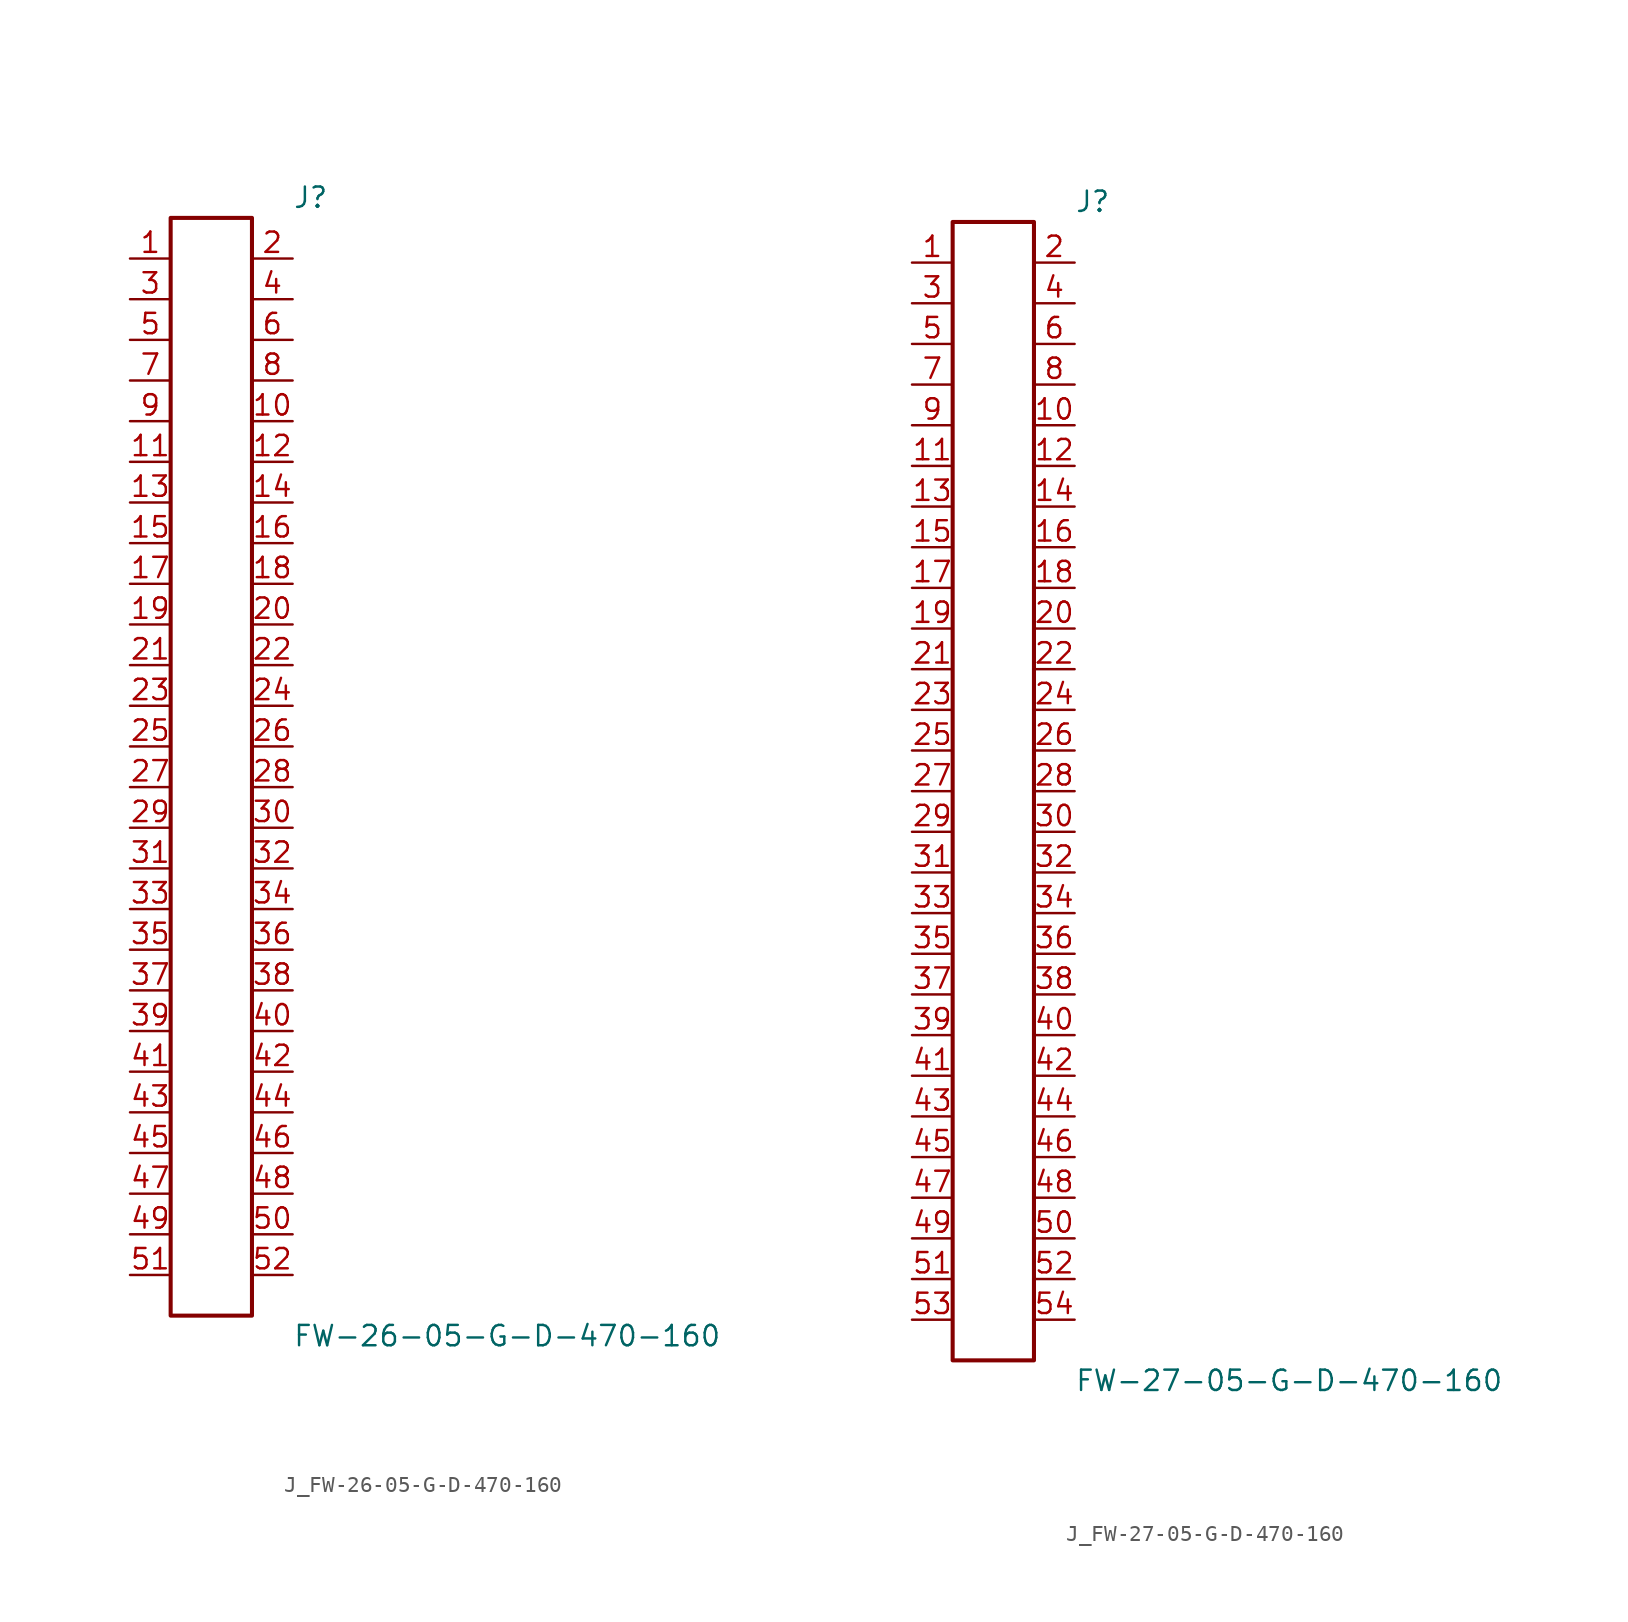
<source format=kicad_sym>
(kicad_symbol_lib
  (version 20231120)
  (generator kicad_symbol_editor)
  (generator_version 8.0)
  (symbol "J_FW-26-05-G-D-470-160"
    (pin_names
      (offset 0.254))
    (property "Reference" "J"
      (at 5.08 35.56 0)
      (effects (font (size 1.27 1.27)) (justify left)))
    (property "Value" "FW-26-05-G-D-470-160"
      (at 5.08 -35.56 0)
      (effects (font (size 1.27 1.27)) (justify left)))
    (symbol "J_FW-26-05-G-D-470-160_0_0"
      (pin unspecified line (at -5.08 31.75 0) (length 2.54) (name "" (effects (font (size 1.27 1.27)))) (number "1" (effects (font (size 1.27 1.27)))))
      (pin unspecified line (at 5.08 31.75 180) (length 2.54) (name "" (effects (font (size 1.27 1.27)))) (number "2" (effects (font (size 1.27 1.27)))))
      (pin unspecified line (at -5.08 29.21 0) (length 2.54) (name "" (effects (font (size 1.27 1.27)))) (number "3" (effects (font (size 1.27 1.27)))))
      (pin unspecified line (at 5.08 29.21 180) (length 2.54) (name "" (effects (font (size 1.27 1.27)))) (number "4" (effects (font (size 1.27 1.27)))))
      (pin unspecified line (at -5.08 26.67 0) (length 2.54) (name "" (effects (font (size 1.27 1.27)))) (number "5" (effects (font (size 1.27 1.27)))))
      (pin unspecified line (at 5.08 26.67 180) (length 2.54) (name "" (effects (font (size 1.27 1.27)))) (number "6" (effects (font (size 1.27 1.27)))))
      (pin unspecified line (at -5.08 24.13 0) (length 2.54) (name "" (effects (font (size 1.27 1.27)))) (number "7" (effects (font (size 1.27 1.27)))))
      (pin unspecified line (at 5.08 24.13 180) (length 2.54) (name "" (effects (font (size 1.27 1.27)))) (number "8" (effects (font (size 1.27 1.27)))))
      (pin unspecified line (at -5.08 21.59 0) (length 2.54) (name "" (effects (font (size 1.27 1.27)))) (number "9" (effects (font (size 1.27 1.27)))))
      (pin unspecified line (at 5.08 21.59 180) (length 2.54) (name "" (effects (font (size 1.27 1.27)))) (number "10" (effects (font (size 1.27 1.27)))))
      (pin unspecified line (at -5.08 19.05 0) (length 2.54) (name "" (effects (font (size 1.27 1.27)))) (number "11" (effects (font (size 1.27 1.27)))))
      (pin unspecified line (at 5.08 19.05 180) (length 2.54) (name "" (effects (font (size 1.27 1.27)))) (number "12" (effects (font (size 1.27 1.27)))))
      (pin unspecified line (at -5.08 16.51 0) (length 2.54) (name "" (effects (font (size 1.27 1.27)))) (number "13" (effects (font (size 1.27 1.27)))))
      (pin unspecified line (at 5.08 16.51 180) (length 2.54) (name "" (effects (font (size 1.27 1.27)))) (number "14" (effects (font (size 1.27 1.27)))))
      (pin unspecified line (at -5.08 13.97 0) (length 2.54) (name "" (effects (font (size 1.27 1.27)))) (number "15" (effects (font (size 1.27 1.27)))))
      (pin unspecified line (at 5.08 13.97 180) (length 2.54) (name "" (effects (font (size 1.27 1.27)))) (number "16" (effects (font (size 1.27 1.27)))))
      (pin unspecified line (at -5.08 11.43 0) (length 2.54) (name "" (effects (font (size 1.27 1.27)))) (number "17" (effects (font (size 1.27 1.27)))))
      (pin unspecified line (at 5.08 11.43 180) (length 2.54) (name "" (effects (font (size 1.27 1.27)))) (number "18" (effects (font (size 1.27 1.27)))))
      (pin unspecified line (at -5.08 8.89 0) (length 2.54) (name "" (effects (font (size 1.27 1.27)))) (number "19" (effects (font (size 1.27 1.27)))))
      (pin unspecified line (at 5.08 8.89 180) (length 2.54) (name "" (effects (font (size 1.27 1.27)))) (number "20" (effects (font (size 1.27 1.27)))))
      (pin unspecified line (at -5.08 6.35 0) (length 2.54) (name "" (effects (font (size 1.27 1.27)))) (number "21" (effects (font (size 1.27 1.27)))))
      (pin unspecified line (at 5.08 6.35 180) (length 2.54) (name "" (effects (font (size 1.27 1.27)))) (number "22" (effects (font (size 1.27 1.27)))))
      (pin unspecified line (at -5.08 3.81 0) (length 2.54) (name "" (effects (font (size 1.27 1.27)))) (number "23" (effects (font (size 1.27 1.27)))))
      (pin unspecified line (at 5.08 3.81 180) (length 2.54) (name "" (effects (font (size 1.27 1.27)))) (number "24" (effects (font (size 1.27 1.27)))))
      (pin unspecified line (at -5.08 1.27 0) (length 2.54) (name "" (effects (font (size 1.27 1.27)))) (number "25" (effects (font (size 1.27 1.27)))))
      (pin unspecified line (at 5.08 1.27 180) (length 2.54) (name "" (effects (font (size 1.27 1.27)))) (number "26" (effects (font (size 1.27 1.27)))))
      (pin unspecified line (at -5.08 -1.27 0) (length 2.54) (name "" (effects (font (size 1.27 1.27)))) (number "27" (effects (font (size 1.27 1.27)))))
      (pin unspecified line (at 5.08 -1.27 180) (length 2.54) (name "" (effects (font (size 1.27 1.27)))) (number "28" (effects (font (size 1.27 1.27)))))
      (pin unspecified line (at -5.08 -3.81 0) (length 2.54) (name "" (effects (font (size 1.27 1.27)))) (number "29" (effects (font (size 1.27 1.27)))))
      (pin unspecified line (at 5.08 -3.81 180) (length 2.54) (name "" (effects (font (size 1.27 1.27)))) (number "30" (effects (font (size 1.27 1.27)))))
      (pin unspecified line (at -5.08 -6.35 0) (length 2.54) (name "" (effects (font (size 1.27 1.27)))) (number "31" (effects (font (size 1.27 1.27)))))
      (pin unspecified line (at 5.08 -6.35 180) (length 2.54) (name "" (effects (font (size 1.27 1.27)))) (number "32" (effects (font (size 1.27 1.27)))))
      (pin unspecified line (at -5.08 -8.89 0) (length 2.54) (name "" (effects (font (size 1.27 1.27)))) (number "33" (effects (font (size 1.27 1.27)))))
      (pin unspecified line (at 5.08 -8.89 180) (length 2.54) (name "" (effects (font (size 1.27 1.27)))) (number "34" (effects (font (size 1.27 1.27)))))
      (pin unspecified line (at -5.08 -11.43 0) (length 2.54) (name "" (effects (font (size 1.27 1.27)))) (number "35" (effects (font (size 1.27 1.27)))))
      (pin unspecified line (at 5.08 -11.43 180) (length 2.54) (name "" (effects (font (size 1.27 1.27)))) (number "36" (effects (font (size 1.27 1.27)))))
      (pin unspecified line (at -5.08 -13.97 0) (length 2.54) (name "" (effects (font (size 1.27 1.27)))) (number "37" (effects (font (size 1.27 1.27)))))
      (pin unspecified line (at 5.08 -13.97 180) (length 2.54) (name "" (effects (font (size 1.27 1.27)))) (number "38" (effects (font (size 1.27 1.27)))))
      (pin unspecified line (at -5.08 -16.51 0) (length 2.54) (name "" (effects (font (size 1.27 1.27)))) (number "39" (effects (font (size 1.27 1.27)))))
      (pin unspecified line (at 5.08 -16.51 180) (length 2.54) (name "" (effects (font (size 1.27 1.27)))) (number "40" (effects (font (size 1.27 1.27)))))
      (pin unspecified line (at -5.08 -19.05 0) (length 2.54) (name "" (effects (font (size 1.27 1.27)))) (number "41" (effects (font (size 1.27 1.27)))))
      (pin unspecified line (at 5.08 -19.05 180) (length 2.54) (name "" (effects (font (size 1.27 1.27)))) (number "42" (effects (font (size 1.27 1.27)))))
      (pin unspecified line (at -5.08 -21.59 0) (length 2.54) (name "" (effects (font (size 1.27 1.27)))) (number "43" (effects (font (size 1.27 1.27)))))
      (pin unspecified line (at 5.08 -21.59 180) (length 2.54) (name "" (effects (font (size 1.27 1.27)))) (number "44" (effects (font (size 1.27 1.27)))))
      (pin unspecified line (at -5.08 -24.13 0) (length 2.54) (name "" (effects (font (size 1.27 1.27)))) (number "45" (effects (font (size 1.27 1.27)))))
      (pin unspecified line (at 5.08 -24.13 180) (length 2.54) (name "" (effects (font (size 1.27 1.27)))) (number "46" (effects (font (size 1.27 1.27)))))
      (pin unspecified line (at -5.08 -26.67 0) (length 2.54) (name "" (effects (font (size 1.27 1.27)))) (number "47" (effects (font (size 1.27 1.27)))))
      (pin unspecified line (at 5.08 -26.67 180) (length 2.54) (name "" (effects (font (size 1.27 1.27)))) (number "48" (effects (font (size 1.27 1.27)))))
      (pin unspecified line (at -5.08 -29.21 0) (length 2.54) (name "" (effects (font (size 1.27 1.27)))) (number "49" (effects (font (size 1.27 1.27)))))
      (pin unspecified line (at 5.08 -29.21 180) (length 2.54) (name "" (effects (font (size 1.27 1.27)))) (number "50" (effects (font (size 1.27 1.27)))))
      (pin unspecified line (at -5.08 -31.75 0) (length 2.54) (name "" (effects (font (size 1.27 1.27)))) (number "51" (effects (font (size 1.27 1.27)))))
      (pin unspecified line (at 5.08 -31.75 180) (length 2.54) (name "" (effects (font (size 1.27 1.27)))) (number "52" (effects (font (size 1.27 1.27))))))
    (symbol "J_FW-26-05-G-D-470-160_1_0"
      (rectangle (start -2.54 34.29) (end 2.54 -34.29) (stroke (width 0.254) (type solid)) (fill (type none)))))
  (symbol "J_FW-27-05-G-D-470-160"
    (pin_names
      (offset 0.254))
    (property "Reference" "J"
      (at 5.08 36.83 0)
      (effects (font (size 1.27 1.27)) (justify left)))
    (property "Value" "FW-27-05-G-D-470-160"
      (at 5.08 -36.83 0)
      (effects (font (size 1.27 1.27)) (justify left)))
    (symbol "J_FW-27-05-G-D-470-160_0_0"
      (pin unspecified line (at -5.08 33.02 0) (length 2.54) (name "" (effects (font (size 1.27 1.27)))) (number "1" (effects (font (size 1.27 1.27)))))
      (pin unspecified line (at 5.08 33.02 180) (length 2.54) (name "" (effects (font (size 1.27 1.27)))) (number "2" (effects (font (size 1.27 1.27)))))
      (pin unspecified line (at -5.08 30.48 0) (length 2.54) (name "" (effects (font (size 1.27 1.27)))) (number "3" (effects (font (size 1.27 1.27)))))
      (pin unspecified line (at 5.08 30.48 180) (length 2.54) (name "" (effects (font (size 1.27 1.27)))) (number "4" (effects (font (size 1.27 1.27)))))
      (pin unspecified line (at -5.08 27.94 0) (length 2.54) (name "" (effects (font (size 1.27 1.27)))) (number "5" (effects (font (size 1.27 1.27)))))
      (pin unspecified line (at 5.08 27.94 180) (length 2.54) (name "" (effects (font (size 1.27 1.27)))) (number "6" (effects (font (size 1.27 1.27)))))
      (pin unspecified line (at -5.08 25.4 0) (length 2.54) (name "" (effects (font (size 1.27 1.27)))) (number "7" (effects (font (size 1.27 1.27)))))
      (pin unspecified line (at 5.08 25.4 180) (length 2.54) (name "" (effects (font (size 1.27 1.27)))) (number "8" (effects (font (size 1.27 1.27)))))
      (pin unspecified line (at -5.08 22.86 0) (length 2.54) (name "" (effects (font (size 1.27 1.27)))) (number "9" (effects (font (size 1.27 1.27)))))
      (pin unspecified line (at 5.08 22.86 180) (length 2.54) (name "" (effects (font (size 1.27 1.27)))) (number "10" (effects (font (size 1.27 1.27)))))
      (pin unspecified line (at -5.08 20.32 0) (length 2.54) (name "" (effects (font (size 1.27 1.27)))) (number "11" (effects (font (size 1.27 1.27)))))
      (pin unspecified line (at 5.08 20.32 180) (length 2.54) (name "" (effects (font (size 1.27 1.27)))) (number "12" (effects (font (size 1.27 1.27)))))
      (pin unspecified line (at -5.08 17.78 0) (length 2.54) (name "" (effects (font (size 1.27 1.27)))) (number "13" (effects (font (size 1.27 1.27)))))
      (pin unspecified line (at 5.08 17.78 180) (length 2.54) (name "" (effects (font (size 1.27 1.27)))) (number "14" (effects (font (size 1.27 1.27)))))
      (pin unspecified line (at -5.08 15.24 0) (length 2.54) (name "" (effects (font (size 1.27 1.27)))) (number "15" (effects (font (size 1.27 1.27)))))
      (pin unspecified line (at 5.08 15.24 180) (length 2.54) (name "" (effects (font (size 1.27 1.27)))) (number "16" (effects (font (size 1.27 1.27)))))
      (pin unspecified line (at -5.08 12.7 0) (length 2.54) (name "" (effects (font (size 1.27 1.27)))) (number "17" (effects (font (size 1.27 1.27)))))
      (pin unspecified line (at 5.08 12.7 180) (length 2.54) (name "" (effects (font (size 1.27 1.27)))) (number "18" (effects (font (size 1.27 1.27)))))
      (pin unspecified line (at -5.08 10.16 0) (length 2.54) (name "" (effects (font (size 1.27 1.27)))) (number "19" (effects (font (size 1.27 1.27)))))
      (pin unspecified line (at 5.08 10.16 180) (length 2.54) (name "" (effects (font (size 1.27 1.27)))) (number "20" (effects (font (size 1.27 1.27)))))
      (pin unspecified line (at -5.08 7.62 0) (length 2.54) (name "" (effects (font (size 1.27 1.27)))) (number "21" (effects (font (size 1.27 1.27)))))
      (pin unspecified line (at 5.08 7.62 180) (length 2.54) (name "" (effects (font (size 1.27 1.27)))) (number "22" (effects (font (size 1.27 1.27)))))
      (pin unspecified line (at -5.08 5.08 0) (length 2.54) (name "" (effects (font (size 1.27 1.27)))) (number "23" (effects (font (size 1.27 1.27)))))
      (pin unspecified line (at 5.08 5.08 180) (length 2.54) (name "" (effects (font (size 1.27 1.27)))) (number "24" (effects (font (size 1.27 1.27)))))
      (pin unspecified line (at -5.08 2.54 0) (length 2.54) (name "" (effects (font (size 1.27 1.27)))) (number "25" (effects (font (size 1.27 1.27)))))
      (pin unspecified line (at 5.08 2.54 180) (length 2.54) (name "" (effects (font (size 1.27 1.27)))) (number "26" (effects (font (size 1.27 1.27)))))
      (pin unspecified line (at -5.08 0.0 0) (length 2.54) (name "" (effects (font (size 1.27 1.27)))) (number "27" (effects (font (size 1.27 1.27)))))
      (pin unspecified line (at 5.08 0.0 180) (length 2.54) (name "" (effects (font (size 1.27 1.27)))) (number "28" (effects (font (size 1.27 1.27)))))
      (pin unspecified line (at -5.08 -2.54 0) (length 2.54) (name "" (effects (font (size 1.27 1.27)))) (number "29" (effects (font (size 1.27 1.27)))))
      (pin unspecified line (at 5.08 -2.54 180) (length 2.54) (name "" (effects (font (size 1.27 1.27)))) (number "30" (effects (font (size 1.27 1.27)))))
      (pin unspecified line (at -5.08 -5.08 0) (length 2.54) (name "" (effects (font (size 1.27 1.27)))) (number "31" (effects (font (size 1.27 1.27)))))
      (pin unspecified line (at 5.08 -5.08 180) (length 2.54) (name "" (effects (font (size 1.27 1.27)))) (number "32" (effects (font (size 1.27 1.27)))))
      (pin unspecified line (at -5.08 -7.62 0) (length 2.54) (name "" (effects (font (size 1.27 1.27)))) (number "33" (effects (font (size 1.27 1.27)))))
      (pin unspecified line (at 5.08 -7.62 180) (length 2.54) (name "" (effects (font (size 1.27 1.27)))) (number "34" (effects (font (size 1.27 1.27)))))
      (pin unspecified line (at -5.08 -10.16 0) (length 2.54) (name "" (effects (font (size 1.27 1.27)))) (number "35" (effects (font (size 1.27 1.27)))))
      (pin unspecified line (at 5.08 -10.16 180) (length 2.54) (name "" (effects (font (size 1.27 1.27)))) (number "36" (effects (font (size 1.27 1.27)))))
      (pin unspecified line (at -5.08 -12.7 0) (length 2.54) (name "" (effects (font (size 1.27 1.27)))) (number "37" (effects (font (size 1.27 1.27)))))
      (pin unspecified line (at 5.08 -12.7 180) (length 2.54) (name "" (effects (font (size 1.27 1.27)))) (number "38" (effects (font (size 1.27 1.27)))))
      (pin unspecified line (at -5.08 -15.24 0) (length 2.54) (name "" (effects (font (size 1.27 1.27)))) (number "39" (effects (font (size 1.27 1.27)))))
      (pin unspecified line (at 5.08 -15.24 180) (length 2.54) (name "" (effects (font (size 1.27 1.27)))) (number "40" (effects (font (size 1.27 1.27)))))
      (pin unspecified line (at -5.08 -17.78 0) (length 2.54) (name "" (effects (font (size 1.27 1.27)))) (number "41" (effects (font (size 1.27 1.27)))))
      (pin unspecified line (at 5.08 -17.78 180) (length 2.54) (name "" (effects (font (size 1.27 1.27)))) (number "42" (effects (font (size 1.27 1.27)))))
      (pin unspecified line (at -5.08 -20.32 0) (length 2.54) (name "" (effects (font (size 1.27 1.27)))) (number "43" (effects (font (size 1.27 1.27)))))
      (pin unspecified line (at 5.08 -20.32 180) (length 2.54) (name "" (effects (font (size 1.27 1.27)))) (number "44" (effects (font (size 1.27 1.27)))))
      (pin unspecified line (at -5.08 -22.86 0) (length 2.54) (name "" (effects (font (size 1.27 1.27)))) (number "45" (effects (font (size 1.27 1.27)))))
      (pin unspecified line (at 5.08 -22.86 180) (length 2.54) (name "" (effects (font (size 1.27 1.27)))) (number "46" (effects (font (size 1.27 1.27)))))
      (pin unspecified line (at -5.08 -25.4 0) (length 2.54) (name "" (effects (font (size 1.27 1.27)))) (number "47" (effects (font (size 1.27 1.27)))))
      (pin unspecified line (at 5.08 -25.4 180) (length 2.54) (name "" (effects (font (size 1.27 1.27)))) (number "48" (effects (font (size 1.27 1.27)))))
      (pin unspecified line (at -5.08 -27.94 0) (length 2.54) (name "" (effects (font (size 1.27 1.27)))) (number "49" (effects (font (size 1.27 1.27)))))
      (pin unspecified line (at 5.08 -27.94 180) (length 2.54) (name "" (effects (font (size 1.27 1.27)))) (number "50" (effects (font (size 1.27 1.27)))))
      (pin unspecified line (at -5.08 -30.48 0) (length 2.54) (name "" (effects (font (size 1.27 1.27)))) (number "51" (effects (font (size 1.27 1.27)))))
      (pin unspecified line (at 5.08 -30.48 180) (length 2.54) (name "" (effects (font (size 1.27 1.27)))) (number "52" (effects (font (size 1.27 1.27)))))
      (pin unspecified line (at -5.08 -33.02 0) (length 2.54) (name "" (effects (font (size 1.27 1.27)))) (number "53" (effects (font (size 1.27 1.27)))))
      (pin unspecified line (at 5.08 -33.02 180) (length 2.54) (name "" (effects (font (size 1.27 1.27)))) (number "54" (effects (font (size 1.27 1.27))))))
    (symbol "J_FW-27-05-G-D-470-160_1_0"
      (rectangle (start -2.54 35.56) (end 2.54 -35.56) (stroke (width 0.254) (type solid)) (fill (type none))))))
</source>
